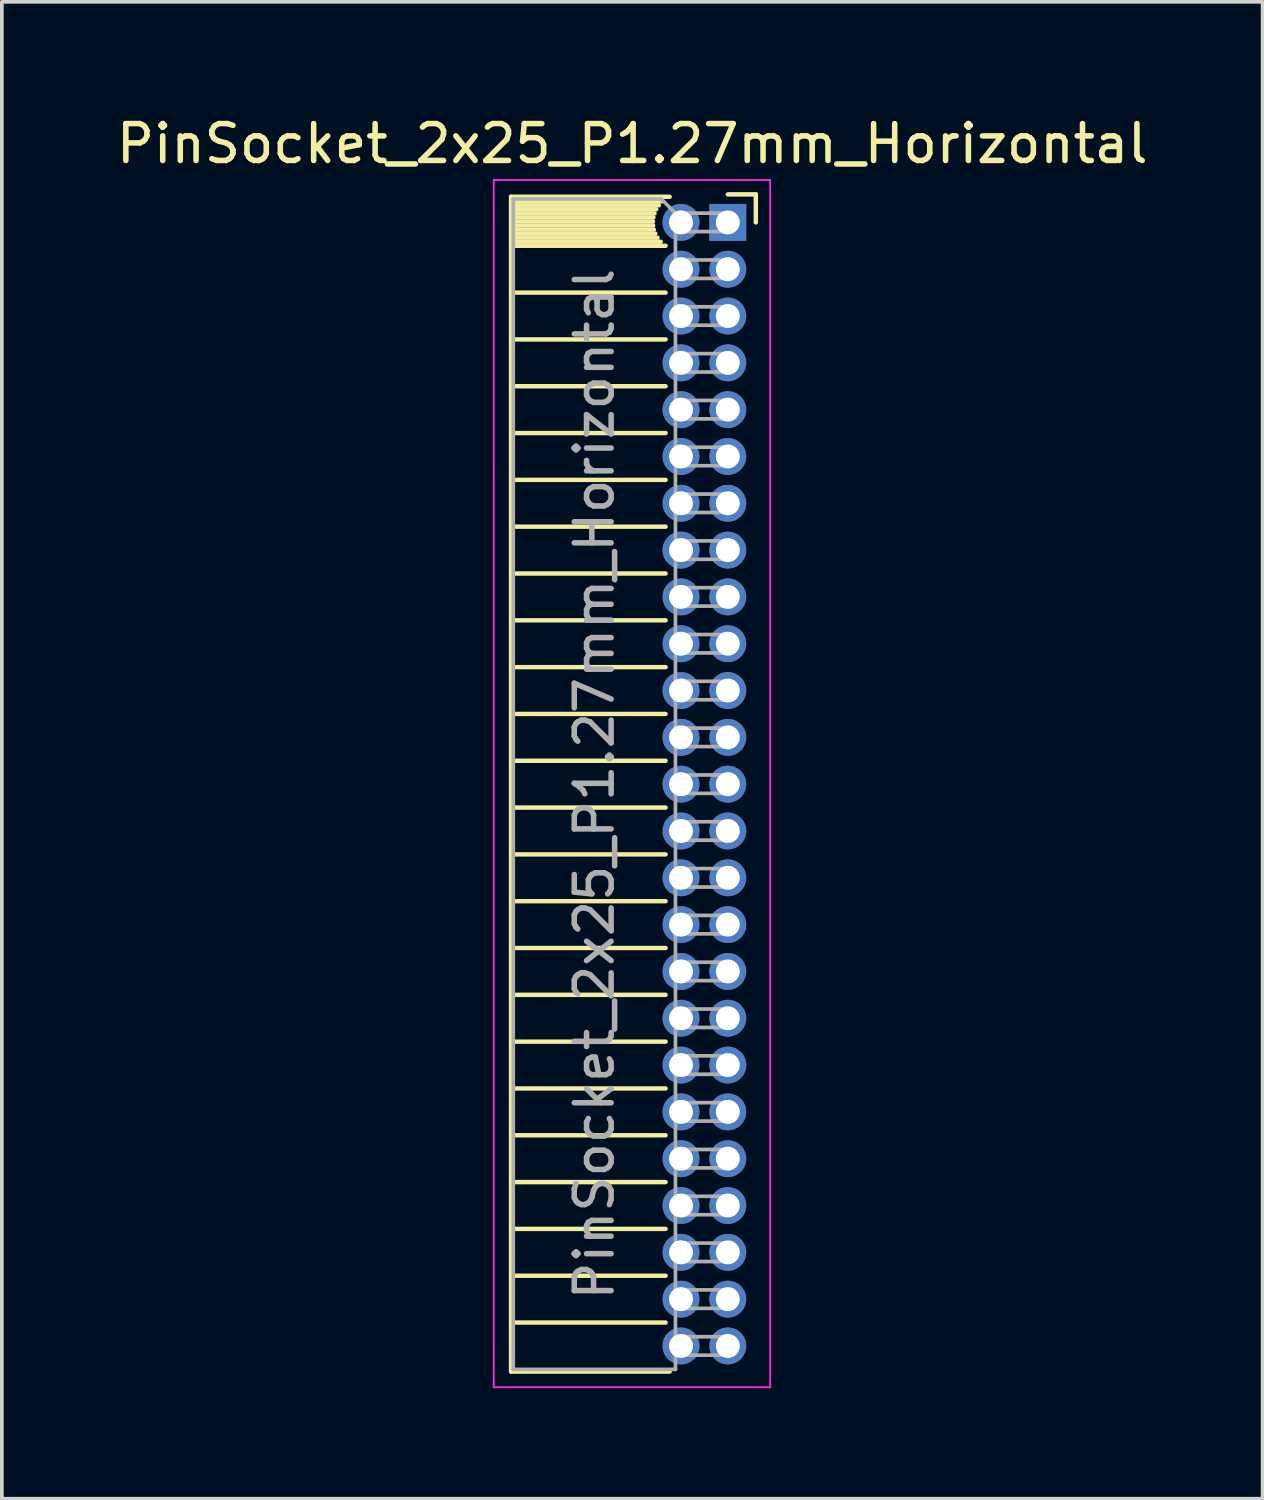
<source format=kicad_pcb>
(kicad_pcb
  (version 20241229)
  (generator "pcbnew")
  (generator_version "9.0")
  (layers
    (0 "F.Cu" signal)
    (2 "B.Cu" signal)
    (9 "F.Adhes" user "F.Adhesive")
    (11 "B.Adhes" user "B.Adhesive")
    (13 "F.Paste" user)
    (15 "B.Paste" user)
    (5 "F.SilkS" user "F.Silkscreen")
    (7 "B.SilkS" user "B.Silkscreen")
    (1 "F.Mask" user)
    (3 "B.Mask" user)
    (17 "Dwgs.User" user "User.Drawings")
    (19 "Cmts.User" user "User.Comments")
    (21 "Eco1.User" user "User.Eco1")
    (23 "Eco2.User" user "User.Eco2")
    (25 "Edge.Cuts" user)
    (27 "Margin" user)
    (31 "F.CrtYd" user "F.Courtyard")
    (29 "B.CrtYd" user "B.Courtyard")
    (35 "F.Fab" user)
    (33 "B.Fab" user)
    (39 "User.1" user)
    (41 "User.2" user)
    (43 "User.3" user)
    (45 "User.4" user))
  (footprint "PinSocket_2x25_P1.27mm_Horizontal"
    (layer "F.Cu")
    (at 16.694 2.983)
    (property "Reference" "PinSocket_2x25_P1.27mm_Horizontal" (at -2.592 -2.135 0) (layer "F.SilkS") (effects (font (size 1 1) (thickness 0.15))))
    (attr through_hole)
    (fp_line (start -5.88 -0.695) (end -5.88 31.175) (stroke (width 0.12) (type solid)) (layer "F.SilkS"))
    (fp_line (start -5.88 -0.695) (end -1.578 -0.695) (stroke (width 0.12) (type solid)) (layer "F.SilkS"))
    (fp_line (start -5.88 -0.575) (end -1.767 -0.575) (stroke (width 0.12) (type solid)) (layer "F.SilkS"))
    (fp_line (start -5.88 -0.465) (end -1.871 -0.465) (stroke (width 0.12) (type solid)) (layer "F.SilkS"))
    (fp_line (start -5.88 -0.355) (end -1.942 -0.355) (stroke (width 0.12) (type solid)) (layer "F.SilkS"))
    (fp_line (start -5.88 -0.245) (end -1.989 -0.245) (stroke (width 0.12) (type solid)) (layer "F.SilkS"))
    (fp_line (start -5.88 -0.135) (end -2.018 -0.135) (stroke (width 0.12) (type solid)) (layer "F.SilkS"))
    (fp_line (start -5.88 -0.025) (end -2.03 -0.025) (stroke (width 0.12) (type solid)) (layer "F.SilkS"))
    (fp_line (start -5.88 0.085) (end -2.025 0.085) (stroke (width 0.12) (type solid)) (layer "F.SilkS"))
    (fp_line (start -5.88 0.195) (end -2.005 0.195) (stroke (width 0.12) (type solid)) (layer "F.SilkS"))
    (fp_line (start -5.88 0.305) (end -1.966 0.305) (stroke (width 0.12) (type solid)) (layer "F.SilkS"))
    (fp_line (start -5.88 0.415) (end -1.907 0.415) (stroke (width 0.12) (type solid)) (layer "F.SilkS"))
    (fp_line (start -5.88 0.525) (end -1.82 0.525) (stroke (width 0.12) (type solid)) (layer "F.SilkS"))
    (fp_line (start -5.88 0.635) (end -1.688 0.635) (stroke (width 0.12) (type solid)) (layer "F.SilkS"))
    (fp_line (start -5.88 1.905) (end -1.688 1.905) (stroke (width 0.12) (type solid)) (layer "F.SilkS"))
    (fp_line (start -5.88 3.175) (end -1.688 3.175) (stroke (width 0.12) (type solid)) (layer "F.SilkS"))
    (fp_line (start -5.88 4.445) (end -1.688 4.445) (stroke (width 0.12) (type solid)) (layer "F.SilkS"))
    (fp_line (start -5.88 5.715) (end -1.688 5.715) (stroke (width 0.12) (type solid)) (layer "F.SilkS"))
    (fp_line (start -5.88 6.985) (end -1.688 6.985) (stroke (width 0.12) (type solid)) (layer "F.SilkS"))
    (fp_line (start -5.88 8.255) (end -1.688 8.255) (stroke (width 0.12) (type solid)) (layer "F.SilkS"))
    (fp_line (start -5.88 9.525) (end -1.688 9.525) (stroke (width 0.12) (type solid)) (layer "F.SilkS"))
    (fp_line (start -5.88 10.795) (end -1.688 10.795) (stroke (width 0.12) (type solid)) (layer "F.SilkS"))
    (fp_line (start -5.88 12.065) (end -1.688 12.065) (stroke (width 0.12) (type solid)) (layer "F.SilkS"))
    (fp_line (start -5.88 13.335) (end -1.688 13.335) (stroke (width 0.12) (type solid)) (layer "F.SilkS"))
    (fp_line (start -5.88 14.605) (end -1.688 14.605) (stroke (width 0.12) (type solid)) (layer "F.SilkS"))
    (fp_line (start -5.88 15.875) (end -1.688 15.875) (stroke (width 0.12) (type solid)) (layer "F.SilkS"))
    (fp_line (start -5.88 17.145) (end -1.688 17.145) (stroke (width 0.12) (type solid)) (layer "F.SilkS"))
    (fp_line (start -5.88 18.415) (end -1.688 18.415) (stroke (width 0.12) (type solid)) (layer "F.SilkS"))
    (fp_line (start -5.88 19.685) (end -1.688 19.685) (stroke (width 0.12) (type solid)) (layer "F.SilkS"))
    (fp_line (start -5.88 20.955) (end -1.688 20.955) (stroke (width 0.12) (type solid)) (layer "F.SilkS"))
    (fp_line (start -5.88 22.225) (end -1.688 22.225) (stroke (width 0.12) (type solid)) (layer "F.SilkS"))
    (fp_line (start -5.88 23.495) (end -1.688 23.495) (stroke (width 0.12) (type solid)) (layer "F.SilkS"))
    (fp_line (start -5.88 24.765) (end -1.688 24.765) (stroke (width 0.12) (type solid)) (layer "F.SilkS"))
    (fp_line (start -5.88 26.035) (end -1.688 26.035) (stroke (width 0.12) (type solid)) (layer "F.SilkS"))
    (fp_line (start -5.88 27.305) (end -1.688 27.305) (stroke (width 0.12) (type solid)) (layer "F.SilkS"))
    (fp_line (start -5.88 28.575) (end -1.688 28.575) (stroke (width 0.12) (type solid)) (layer "F.SilkS"))
    (fp_line (start -5.88 29.845) (end -1.688 29.845) (stroke (width 0.12) (type solid)) (layer "F.SilkS"))
    (fp_line (start -5.88 31.175) (end -1.578 31.175) (stroke (width 0.12) (type solid)) (layer "F.SilkS"))
    (fp_line (start 0 -0.76) (end 0.76 -0.76) (stroke (width 0.12) (type solid)) (layer "F.SilkS"))
    (fp_line (start 0.76 -0.76) (end 0.76 0) (stroke (width 0.12) (type solid)) (layer "F.SilkS"))
    (fp_line (start -6.35 -1.15) (end -6.35 31.6) (stroke (width 0.05) (type solid)) (layer "F.CrtYd"))
    (fp_line (start -6.35 31.6) (end 1.15 31.6) (stroke (width 0.05) (type solid)) (layer "F.CrtYd"))
    (fp_line (start 1.15 -1.15) (end -6.35 -1.15) (stroke (width 0.05) (type solid)) (layer "F.CrtYd"))
    (fp_line (start 1.15 31.6) (end 1.15 -1.15) (stroke (width 0.05) (type solid)) (layer "F.CrtYd"))
    (fp_line (start -5.82 -0.635) (end -1.805 -0.635) (stroke (width 0.1) (type solid)) (layer "F.Fab"))
    (fp_line (start -5.82 31.115) (end -5.82 -0.635) (stroke (width 0.1) (type solid)) (layer "F.Fab"))
    (fp_line (start -1.805 -0.635) (end -1.42 -0.25) (stroke (width 0.1) (type solid)) (layer "F.Fab"))
    (fp_line (start -1.42 -0.25) (end -1.42 31.115) (stroke (width 0.1) (type solid)) (layer "F.Fab"))
    (fp_line (start -1.42 0.25) (end 0 0.25) (stroke (width 0.1) (type solid)) (layer "F.Fab"))
    (fp_line (start -1.42 1.52) (end 0 1.52) (stroke (width 0.1) (type solid)) (layer "F.Fab"))
    (fp_line (start -1.42 2.79) (end 0 2.79) (stroke (width 0.1) (type solid)) (layer "F.Fab"))
    (fp_line (start -1.42 4.06) (end 0 4.06) (stroke (width 0.1) (type solid)) (layer "F.Fab"))
    (fp_line (start -1.42 5.33) (end 0 5.33) (stroke (width 0.1) (type solid)) (layer "F.Fab"))
    (fp_line (start -1.42 6.6) (end 0 6.6) (stroke (width 0.1) (type solid)) (layer "F.Fab"))
    (fp_line (start -1.42 7.87) (end 0 7.87) (stroke (width 0.1) (type solid)) (layer "F.Fab"))
    (fp_line (start -1.42 9.14) (end 0 9.14) (stroke (width 0.1) (type solid)) (layer "F.Fab"))
    (fp_line (start -1.42 10.41) (end 0 10.41) (stroke (width 0.1) (type solid)) (layer "F.Fab"))
    (fp_line (start -1.42 11.68) (end 0 11.68) (stroke (width 0.1) (type solid)) (layer "F.Fab"))
    (fp_line (start -1.42 12.95) (end 0 12.95) (stroke (width 0.1) (type solid)) (layer "F.Fab"))
    (fp_line (start -1.42 14.22) (end 0 14.22) (stroke (width 0.1) (type solid)) (layer "F.Fab"))
    (fp_line (start -1.42 15.49) (end 0 15.49) (stroke (width 0.1) (type solid)) (layer "F.Fab"))
    (fp_line (start -1.42 16.76) (end 0 16.76) (stroke (width 0.1) (type solid)) (layer "F.Fab"))
    (fp_line (start -1.42 18.03) (end 0 18.03) (stroke (width 0.1) (type solid)) (layer "F.Fab"))
    (fp_line (start -1.42 19.3) (end 0 19.3) (stroke (width 0.1) (type solid)) (layer "F.Fab"))
    (fp_line (start -1.42 20.57) (end 0 20.57) (stroke (width 0.1) (type solid)) (layer "F.Fab"))
    (fp_line (start -1.42 21.84) (end 0 21.84) (stroke (width 0.1) (type solid)) (layer "F.Fab"))
    (fp_line (start -1.42 23.11) (end 0 23.11) (stroke (width 0.1) (type solid)) (layer "F.Fab"))
    (fp_line (start -1.42 24.38) (end 0 24.38) (stroke (width 0.1) (type solid)) (layer "F.Fab"))
    (fp_line (start -1.42 25.65) (end 0 25.65) (stroke (width 0.1) (type solid)) (layer "F.Fab"))
    (fp_line (start -1.42 26.92) (end 0 26.92) (stroke (width 0.1) (type solid)) (layer "F.Fab"))
    (fp_line (start -1.42 28.19) (end 0 28.19) (stroke (width 0.1) (type solid)) (layer "F.Fab"))
    (fp_line (start -1.42 29.46) (end 0 29.46) (stroke (width 0.1) (type solid)) (layer "F.Fab"))
    (fp_line (start -1.42 30.73) (end 0 30.73) (stroke (width 0.1) (type solid)) (layer "F.Fab"))
    (fp_line (start -1.42 31.115) (end -5.82 31.115) (stroke (width 0.1) (type solid)) (layer "F.Fab"))
    (fp_line (start 0 -0.25) (end -1.42 -0.25) (stroke (width 0.1) (type solid)) (layer "F.Fab"))
    (fp_line (start 0 0.25) (end 0 -0.25) (stroke (width 0.1) (type solid)) (layer "F.Fab"))
    (fp_line (start 0 1.02) (end -1.42 1.02) (stroke (width 0.1) (type solid)) (layer "F.Fab"))
    (fp_line (start 0 1.52) (end 0 1.02) (stroke (width 0.1) (type solid)) (layer "F.Fab"))
    (fp_line (start 0 2.29) (end -1.42 2.29) (stroke (width 0.1) (type solid)) (layer "F.Fab"))
    (fp_line (start 0 2.79) (end 0 2.29) (stroke (width 0.1) (type solid)) (layer "F.Fab"))
    (fp_line (start 0 3.56) (end -1.42 3.56) (stroke (width 0.1) (type solid)) (layer "F.Fab"))
    (fp_line (start 0 4.06) (end 0 3.56) (stroke (width 0.1) (type solid)) (layer "F.Fab"))
    (fp_line (start 0 4.83) (end -1.42 4.83) (stroke (width 0.1) (type solid)) (layer "F.Fab"))
    (fp_line (start 0 5.33) (end 0 4.83) (stroke (width 0.1) (type solid)) (layer "F.Fab"))
    (fp_line (start 0 6.1) (end -1.42 6.1) (stroke (width 0.1) (type solid)) (layer "F.Fab"))
    (fp_line (start 0 6.6) (end 0 6.1) (stroke (width 0.1) (type solid)) (layer "F.Fab"))
    (fp_line (start 0 7.37) (end -1.42 7.37) (stroke (width 0.1) (type solid)) (layer "F.Fab"))
    (fp_line (start 0 7.87) (end 0 7.37) (stroke (width 0.1) (type solid)) (layer "F.Fab"))
    (fp_line (start 0 8.64) (end -1.42 8.64) (stroke (width 0.1) (type solid)) (layer "F.Fab"))
    (fp_line (start 0 9.14) (end 0 8.64) (stroke (width 0.1) (type solid)) (layer "F.Fab"))
    (fp_line (start 0 9.91) (end -1.42 9.91) (stroke (width 0.1) (type solid)) (layer "F.Fab"))
    (fp_line (start 0 10.41) (end 0 9.91) (stroke (width 0.1) (type solid)) (layer "F.Fab"))
    (fp_line (start 0 11.18) (end -1.42 11.18) (stroke (width 0.1) (type solid)) (layer "F.Fab"))
    (fp_line (start 0 11.68) (end 0 11.18) (stroke (width 0.1) (type solid)) (layer "F.Fab"))
    (fp_line (start 0 12.45) (end -1.42 12.45) (stroke (width 0.1) (type solid)) (layer "F.Fab"))
    (fp_line (start 0 12.95) (end 0 12.45) (stroke (width 0.1) (type solid)) (layer "F.Fab"))
    (fp_line (start 0 13.72) (end -1.42 13.72) (stroke (width 0.1) (type solid)) (layer "F.Fab"))
    (fp_line (start 0 14.22) (end 0 13.72) (stroke (width 0.1) (type solid)) (layer "F.Fab"))
    (fp_line (start 0 14.99) (end -1.42 14.99) (stroke (width 0.1) (type solid)) (layer "F.Fab"))
    (fp_line (start 0 15.49) (end 0 14.99) (stroke (width 0.1) (type solid)) (layer "F.Fab"))
    (fp_line (start 0 16.26) (end -1.42 16.26) (stroke (width 0.1) (type solid)) (layer "F.Fab"))
    (fp_line (start 0 16.76) (end 0 16.26) (stroke (width 0.1) (type solid)) (layer "F.Fab"))
    (fp_line (start 0 17.53) (end -1.42 17.53) (stroke (width 0.1) (type solid)) (layer "F.Fab"))
    (fp_line (start 0 18.03) (end 0 17.53) (stroke (width 0.1) (type solid)) (layer "F.Fab"))
    (fp_line (start 0 18.8) (end -1.42 18.8) (stroke (width 0.1) (type solid)) (layer "F.Fab"))
    (fp_line (start 0 19.3) (end 0 18.8) (stroke (width 0.1) (type solid)) (layer "F.Fab"))
    (fp_line (start 0 20.07) (end -1.42 20.07) (stroke (width 0.1) (type solid)) (layer "F.Fab"))
    (fp_line (start 0 20.57) (end 0 20.07) (stroke (width 0.1) (type solid)) (layer "F.Fab"))
    (fp_line (start 0 21.34) (end -1.42 21.34) (stroke (width 0.1) (type solid)) (layer "F.Fab"))
    (fp_line (start 0 21.84) (end 0 21.34) (stroke (width 0.1) (type solid)) (layer "F.Fab"))
    (fp_line (start 0 22.61) (end -1.42 22.61) (stroke (width 0.1) (type solid)) (layer "F.Fab"))
    (fp_line (start 0 23.11) (end 0 22.61) (stroke (width 0.1) (type solid)) (layer "F.Fab"))
    (fp_line (start 0 23.88) (end -1.42 23.88) (stroke (width 0.1) (type solid)) (layer "F.Fab"))
    (fp_line (start 0 24.38) (end 0 23.88) (stroke (width 0.1) (type solid)) (layer "F.Fab"))
    (fp_line (start 0 25.15) (end -1.42 25.15) (stroke (width 0.1) (type solid)) (layer "F.Fab"))
    (fp_line (start 0 25.65) (end 0 25.15) (stroke (width 0.1) (type solid)) (layer "F.Fab"))
    (fp_line (start 0 26.42) (end -1.42 26.42) (stroke (width 0.1) (type solid)) (layer "F.Fab"))
    (fp_line (start 0 26.92) (end 0 26.42) (stroke (width 0.1) (type solid)) (layer "F.Fab"))
    (fp_line (start 0 27.69) (end -1.42 27.69) (stroke (width 0.1) (type solid)) (layer "F.Fab"))
    (fp_line (start 0 28.19) (end 0 27.69) (stroke (width 0.1) (type solid)) (layer "F.Fab"))
    (fp_line (start 0 28.96) (end -1.42 28.96) (stroke (width 0.1) (type solid)) (layer "F.Fab"))
    (fp_line (start 0 29.46) (end 0 28.96) (stroke (width 0.1) (type solid)) (layer "F.Fab"))
    (fp_line (start 0 30.23) (end -1.42 30.23) (stroke (width 0.1) (type solid)) (layer "F.Fab"))
    (fp_line (start 0 30.73) (end 0 30.23) (stroke (width 0.1) (type solid)) (layer "F.Fab"))
    (fp_text user "${REFERENCE}" (at -3.62 15.24 90) (layer "F.Fab") (effects (font (size 1 1) (thickness 0.15))))
    (pad "1" thru_hole rect (at 0 0) (size 1 1) (drill 0.65) (layers "*.Cu" "*.Mask"))
    (pad "2" thru_hole oval (at -1.27 0) (size 1 1) (drill 0.65) (layers "*.Cu" "*.Mask"))
    (pad "3" thru_hole oval (at 0 1.27) (size 1 1) (drill 0.65) (layers "*.Cu" "*.Mask"))
    (pad "4" thru_hole oval (at -1.27 1.27) (size 1 1) (drill 0.65) (layers "*.Cu" "*.Mask"))
    (pad "5" thru_hole oval (at 0 2.54) (size 1 1) (drill 0.65) (layers "*.Cu" "*.Mask"))
    (pad "6" thru_hole oval (at -1.27 2.54) (size 1 1) (drill 0.65) (layers "*.Cu" "*.Mask"))
    (pad "7" thru_hole oval (at 0 3.81) (size 1 1) (drill 0.65) (layers "*.Cu" "*.Mask"))
    (pad "8" thru_hole oval (at -1.27 3.81) (size 1 1) (drill 0.65) (layers "*.Cu" "*.Mask"))
    (pad "9" thru_hole oval (at 0 5.08) (size 1 1) (drill 0.65) (layers "*.Cu" "*.Mask"))
    (pad "10" thru_hole oval (at -1.27 5.08) (size 1 1) (drill 0.65) (layers "*.Cu" "*.Mask"))
    (pad "11" thru_hole oval (at 0 6.35) (size 1 1) (drill 0.65) (layers "*.Cu" "*.Mask"))
    (pad "12" thru_hole oval (at -1.27 6.35) (size 1 1) (drill 0.65) (layers "*.Cu" "*.Mask"))
    (pad "13" thru_hole oval (at 0 7.62) (size 1 1) (drill 0.65) (layers "*.Cu" "*.Mask"))
    (pad "14" thru_hole oval (at -1.27 7.62) (size 1 1) (drill 0.65) (layers "*.Cu" "*.Mask"))
    (pad "15" thru_hole oval (at 0 8.89) (size 1 1) (drill 0.65) (layers "*.Cu" "*.Mask"))
    (pad "16" thru_hole oval (at -1.27 8.89) (size 1 1) (drill 0.65) (layers "*.Cu" "*.Mask"))
    (pad "17" thru_hole oval (at 0 10.16) (size 1 1) (drill 0.65) (layers "*.Cu" "*.Mask"))
    (pad "18" thru_hole oval (at -1.27 10.16) (size 1 1) (drill 0.65) (layers "*.Cu" "*.Mask"))
    (pad "19" thru_hole oval (at 0 11.43) (size 1 1) (drill 0.65) (layers "*.Cu" "*.Mask"))
    (pad "20" thru_hole oval (at -1.27 11.43) (size 1 1) (drill 0.65) (layers "*.Cu" "*.Mask"))
    (pad "21" thru_hole oval (at 0 12.7) (size 1 1) (drill 0.65) (layers "*.Cu" "*.Mask"))
    (pad "22" thru_hole oval (at -1.27 12.7) (size 1 1) (drill 0.65) (layers "*.Cu" "*.Mask"))
    (pad "23" thru_hole oval (at 0 13.97) (size 1 1) (drill 0.65) (layers "*.Cu" "*.Mask"))
    (pad "24" thru_hole oval (at -1.27 13.97) (size 1 1) (drill 0.65) (layers "*.Cu" "*.Mask"))
    (pad "25" thru_hole oval (at 0 15.24) (size 1 1) (drill 0.65) (layers "*.Cu" "*.Mask"))
    (pad "26" thru_hole oval (at -1.27 15.24) (size 1 1) (drill 0.65) (layers "*.Cu" "*.Mask"))
    (pad "27" thru_hole oval (at 0 16.51) (size 1 1) (drill 0.65) (layers "*.Cu" "*.Mask"))
    (pad "28" thru_hole oval (at -1.27 16.51) (size 1 1) (drill 0.65) (layers "*.Cu" "*.Mask"))
    (pad "29" thru_hole oval (at 0 17.78) (size 1 1) (drill 0.65) (layers "*.Cu" "*.Mask"))
    (pad "30" thru_hole oval (at -1.27 17.78) (size 1 1) (drill 0.65) (layers "*.Cu" "*.Mask"))
    (pad "31" thru_hole oval (at 0 19.05) (size 1 1) (drill 0.65) (layers "*.Cu" "*.Mask"))
    (pad "32" thru_hole oval (at -1.27 19.05) (size 1 1) (drill 0.65) (layers "*.Cu" "*.Mask"))
    (pad "33" thru_hole oval (at 0 20.32) (size 1 1) (drill 0.65) (layers "*.Cu" "*.Mask"))
    (pad "34" thru_hole oval (at -1.27 20.32) (size 1 1) (drill 0.65) (layers "*.Cu" "*.Mask"))
    (pad "35" thru_hole oval (at 0 21.59) (size 1 1) (drill 0.65) (layers "*.Cu" "*.Mask"))
    (pad "36" thru_hole oval (at -1.27 21.59) (size 1 1) (drill 0.65) (layers "*.Cu" "*.Mask"))
    (pad "37" thru_hole oval (at 0 22.86) (size 1 1) (drill 0.65) (layers "*.Cu" "*.Mask"))
    (pad "38" thru_hole oval (at -1.27 22.86) (size 1 1) (drill 0.65) (layers "*.Cu" "*.Mask"))
    (pad "39" thru_hole oval (at 0 24.13) (size 1 1) (drill 0.65) (layers "*.Cu" "*.Mask"))
    (pad "40" thru_hole oval (at -1.27 24.13) (size 1 1) (drill 0.65) (layers "*.Cu" "*.Mask"))
    (pad "41" thru_hole oval (at 0 25.4) (size 1 1) (drill 0.65) (layers "*.Cu" "*.Mask"))
    (pad "42" thru_hole oval (at -1.27 25.4) (size 1 1) (drill 0.65) (layers "*.Cu" "*.Mask"))
    (pad "43" thru_hole oval (at 0 26.67) (size 1 1) (drill 0.65) (layers "*.Cu" "*.Mask"))
    (pad "44" thru_hole oval (at -1.27 26.67) (size 1 1) (drill 0.65) (layers "*.Cu" "*.Mask"))
    (pad "45" thru_hole oval (at 0 27.94) (size 1 1) (drill 0.65) (layers "*.Cu" "*.Mask"))
    (pad "46" thru_hole oval (at -1.27 27.94) (size 1 1) (drill 0.65) (layers "*.Cu" "*.Mask"))
    (pad "47" thru_hole oval (at 0 29.21) (size 1 1) (drill 0.65) (layers "*.Cu" "*.Mask"))
    (pad "48" thru_hole oval (at -1.27 29.21) (size 1 1) (drill 0.65) (layers "*.Cu" "*.Mask"))
    (pad "49" thru_hole oval (at 0 30.48) (size 1 1) (drill 0.65) (layers "*.Cu" "*.Mask"))
    (pad "50" thru_hole oval (at -1.27 30.48) (size 1 1) (drill 0.65) (layers "*.Cu" "*.Mask")))
  (gr_rect
    (start -3 -3)
    (end 31.202 37.608)
    (stroke (width 0.1) (type default))
    (fill no)
    (layer "Edge.Cuts")))
</source>
